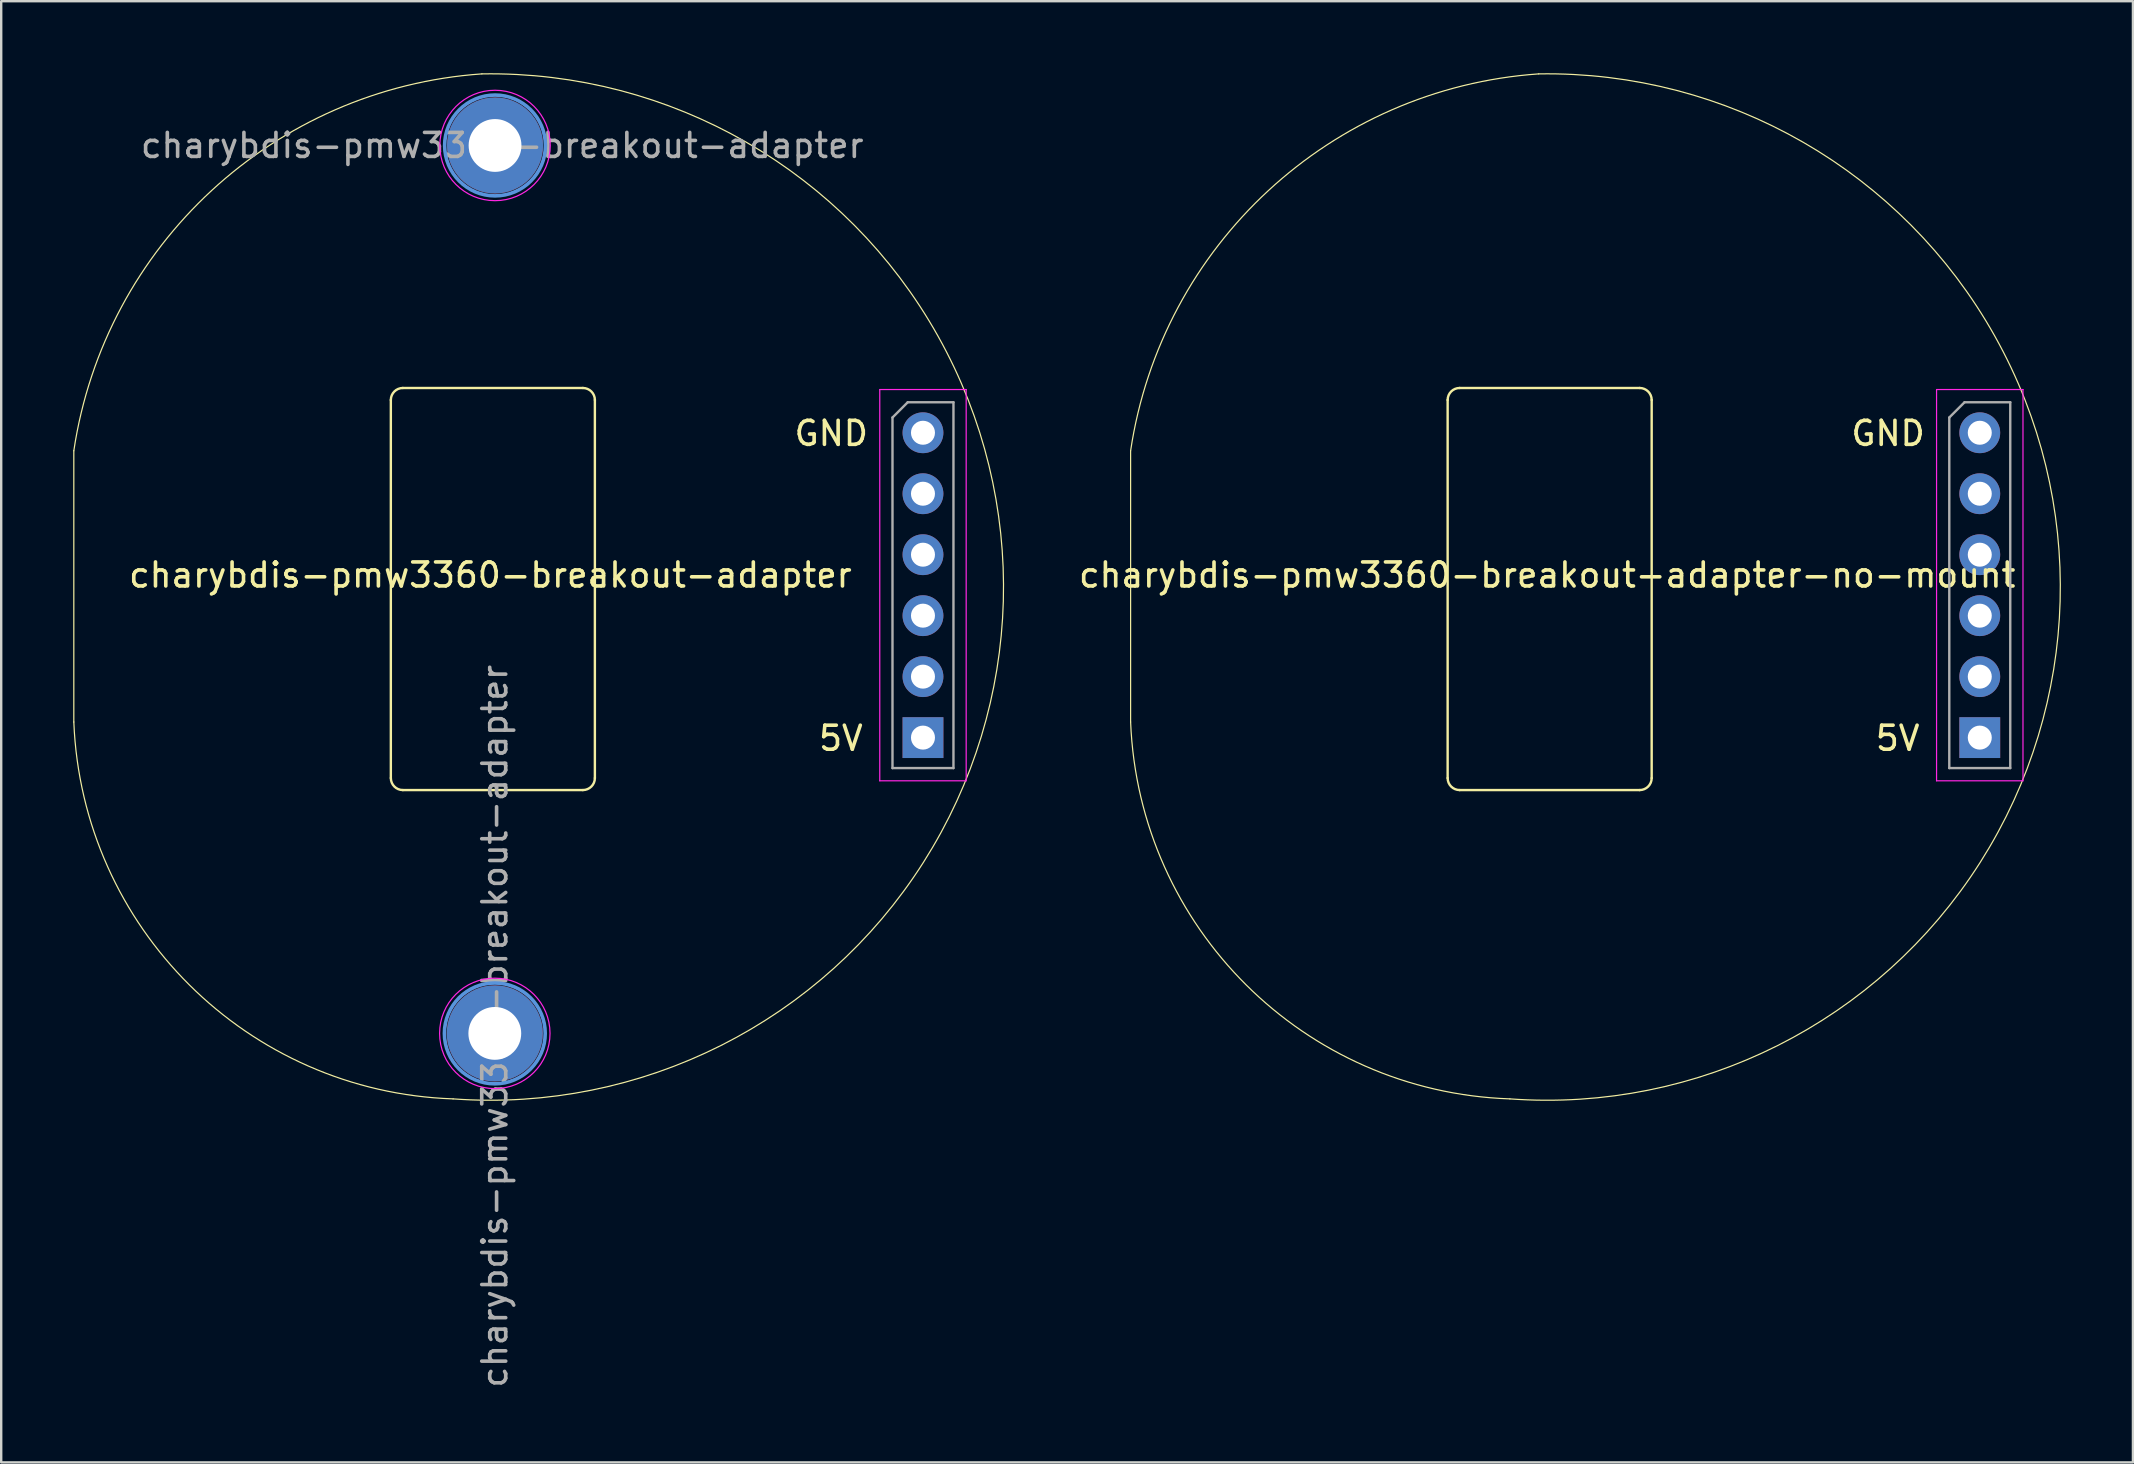
<source format=kicad_pcb>
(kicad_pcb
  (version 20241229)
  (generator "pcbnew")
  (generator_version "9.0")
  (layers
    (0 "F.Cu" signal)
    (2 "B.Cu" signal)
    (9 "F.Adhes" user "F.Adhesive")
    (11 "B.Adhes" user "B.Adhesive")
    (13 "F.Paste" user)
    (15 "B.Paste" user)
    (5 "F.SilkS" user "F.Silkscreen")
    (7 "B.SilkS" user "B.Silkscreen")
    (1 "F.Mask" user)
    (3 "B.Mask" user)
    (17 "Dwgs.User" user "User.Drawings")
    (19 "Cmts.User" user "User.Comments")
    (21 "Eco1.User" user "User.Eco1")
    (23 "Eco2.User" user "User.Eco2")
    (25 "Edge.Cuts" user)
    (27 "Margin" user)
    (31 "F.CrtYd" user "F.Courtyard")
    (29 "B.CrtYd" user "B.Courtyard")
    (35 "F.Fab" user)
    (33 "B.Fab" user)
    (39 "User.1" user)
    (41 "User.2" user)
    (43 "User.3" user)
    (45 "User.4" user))
  (footprint "charybdis-pmw3360-breakout-adapter-no-mount"
    (layer "F.Cu")
    (at 61.405 21.405)
    (property "Reference" "charybdis-pmw3360-breakout-adapter-no-mount" (at 0 -0.5 0) (unlocked yes) (layer "F.SilkS") (effects (font (size 1 1) (thickness 0.15))))
    (attr through_hole)
    (fp_line (start -17.355 5.623) (end -17.355 -5.677) (stroke (width 0.05) (type solid)) (layer "F.SilkS"))
    (fp_line (start -4.148 7.958) (end -4.148 -7.792) (stroke (width 0.1) (type solid)) (layer "F.SilkS"))
    (fp_line (start -3.648 -8.292) (end 3.852 -8.292) (stroke (width 0.1) (type solid)) (layer "F.SilkS"))
    (fp_line (start -3.648 8.458) (end 3.852 8.458) (stroke (width 0.1) (type solid)) (layer "F.SilkS"))
    (fp_line (start 4.352 -7.792) (end 4.352 7.958) (stroke (width 0.1) (type solid)) (layer "F.SilkS"))
    (fp_arc (start -17.35482 -5.676833) (mid -11.615392 -16.515987) (end -0.35482 -21.376832) (stroke (width 0.05) (type solid)) (layer "F.SilkS"))
    (fp_arc (start -4.148 -7.791999) (mid -4.001553 -8.145552) (end -3.648 -8.291999) (stroke (width 0.1) (type solid)) (layer "F.SilkS"))
    (fp_arc (start -3.648 8.458001) (mid -4.001553 8.311554) (end -4.148 7.958001) (stroke (width 0.1) (type solid)) (layer "F.SilkS"))
    (fp_arc (start -1.55482 21.323167) (mid -12.539107 16.577099) (end -17.354821 5.623167) (stroke (width 0.05) (type solid)) (layer "F.SilkS"))
    (fp_arc (start -0.35482 -21.376833) (mid 21.367172 0.600483) (end -1.55482 21.323166) (stroke (width 0.05) (type solid)) (layer "F.SilkS"))
    (fp_arc (start 3.852 -8.291999) (mid 4.205553 -8.145552) (end 4.352 -7.791999) (stroke (width 0.1) (type solid)) (layer "F.SilkS"))
    (fp_arc (start 4.352 7.958001) (mid 4.205553 8.311554) (end 3.852 8.458001) (stroke (width 0.1) (type solid)) (layer "F.SilkS"))
    (fp_line (start 16.22 -8.227) (end 16.22 8.073) (stroke (width 0.05) (type solid)) (layer "F.CrtYd"))
    (fp_line (start 16.22 8.073) (end 19.82 8.073) (stroke (width 0.05) (type solid)) (layer "F.CrtYd"))
    (fp_line (start 19.82 -8.227) (end 16.22 -8.227) (stroke (width 0.05) (type solid)) (layer "F.CrtYd"))
    (fp_line (start 19.82 8.073) (end 19.82 -8.227) (stroke (width 0.05) (type solid)) (layer "F.CrtYd"))
    (fp_line (start 16.75 -7.062) (end 17.385 -7.697) (stroke (width 0.1) (type solid)) (layer "F.Fab"))
    (fp_line (start 16.75 7.543) (end 16.75 -7.062) (stroke (width 0.1) (type solid)) (layer "F.Fab"))
    (fp_line (start 17.385 -7.697) (end 19.29 -7.697) (stroke (width 0.1) (type solid)) (layer "F.Fab"))
    (fp_line (start 19.29 -7.697) (end 19.29 7.543) (stroke (width 0.1) (type solid)) (layer "F.Fab"))
    (fp_line (start 19.29 7.543) (end 16.75 7.543) (stroke (width 0.1) (type solid)) (layer "F.Fab"))
    (fp_text user "GND" (at 14.2 -6.4 0) (unlocked yes) (layer "F.SilkS") (effects (font (size 1 1) (thickness 0.15))))
    (fp_text user "5V" (at 14.6 6.3 0) (unlocked yes) (layer "F.SilkS") (effects (font (size 1 1) (thickness 0.15))))
    (pad "1" thru_hole oval (at 18.02 -6.427) (size 1.7 1.7) (drill 1) (layers "*.Cu" "*.Mask"))
    (pad "2" thru_hole oval (at 18.02 -3.887) (size 1.7 1.7) (drill 1) (layers "*.Cu" "*.Mask"))
    (pad "3" thru_hole oval (at 18.02 -1.347) (size 1.7 1.7) (drill 1) (layers "*.Cu" "*.Mask"))
    (pad "4" thru_hole oval (at 18.02 1.193) (size 1.7 1.7) (drill 1) (layers "*.Cu" "*.Mask"))
    (pad "5" thru_hole oval (at 18.02 3.733) (size 1.7 1.7) (drill 1) (layers "*.Cu" "*.Mask"))
    (pad "6" thru_hole rect (at 18.02 6.273) (size 1.7 1.7) (drill 1) (layers "*.Cu" "*.Mask")))
  (footprint "charybdis-pmw3360-breakout-adapter"
    (layer "F.Cu")
    (at 17.38 21.405)
    (property "Reference" "charybdis-pmw3360-breakout-adapter" (at 0 -0.5 0) (unlocked yes) (layer "F.SilkS") (effects (font (size 1 1) (thickness 0.15))))
    (attr through_hole)
    (fp_line (start -17.355 5.623) (end -17.355 -5.677) (stroke (width 0.05) (type solid)) (layer "F.SilkS"))
    (fp_line (start -4.148 7.958) (end -4.148 -7.792) (stroke (width 0.1) (type solid)) (layer "F.SilkS"))
    (fp_line (start -3.648 -8.292) (end 3.852 -8.292) (stroke (width 0.1) (type solid)) (layer "F.SilkS"))
    (fp_line (start -3.648 8.458) (end 3.852 8.458) (stroke (width 0.1) (type solid)) (layer "F.SilkS"))
    (fp_line (start 4.352 -7.792) (end 4.352 7.958) (stroke (width 0.1) (type solid)) (layer "F.SilkS"))
    (fp_arc (start -17.35482 -5.676833) (mid -11.615392 -16.515987) (end -0.35482 -21.376832) (stroke (width 0.05) (type solid)) (layer "F.SilkS"))
    (fp_arc (start -4.148 -7.791999) (mid -4.001553 -8.145552) (end -3.648 -8.291999) (stroke (width 0.1) (type solid)) (layer "F.SilkS"))
    (fp_arc (start -3.648 8.458001) (mid -4.001553 8.311554) (end -4.148 7.958001) (stroke (width 0.1) (type solid)) (layer "F.SilkS"))
    (fp_arc (start -1.55482 21.323167) (mid -12.539107 16.577099) (end -17.354821 5.623167) (stroke (width 0.05) (type solid)) (layer "F.SilkS"))
    (fp_arc (start -0.35482 -21.376833) (mid 21.367172 0.600483) (end -1.55482 21.323166) (stroke (width 0.05) (type solid)) (layer "F.SilkS"))
    (fp_arc (start 3.852 -8.291999) (mid 4.205553 -8.145552) (end 4.352 -7.791999) (stroke (width 0.1) (type solid)) (layer "F.SilkS"))
    (fp_arc (start 4.352 7.958001) (mid 4.205553 8.311554) (end 3.852 8.458001) (stroke (width 0.1) (type solid)) (layer "F.SilkS"))
    (fp_circle (center 0.183 18.595) (end 2.283 18.595) (stroke (width 0.15) (type solid)) (fill no) (layer "Cmts.User"))
    (fp_circle (center 0.193 -18.395) (end 2.293 -18.395) (stroke (width 0.15) (type solid)) (fill no) (layer "Cmts.User"))
    (fp_line (start 16.22 -8.227) (end 16.22 8.073) (stroke (width 0.05) (type solid)) (layer "F.CrtYd"))
    (fp_line (start 16.22 8.073) (end 19.82 8.073) (stroke (width 0.05) (type solid)) (layer "F.CrtYd"))
    (fp_line (start 19.82 -8.227) (end 16.22 -8.227) (stroke (width 0.05) (type solid)) (layer "F.CrtYd"))
    (fp_line (start 19.82 8.073) (end 19.82 -8.227) (stroke (width 0.05) (type solid)) (layer "F.CrtYd"))
    (fp_circle (center 0.183 18.595) (end 2.483 18.595) (stroke (width 0.05) (type solid)) (fill no) (layer "F.CrtYd"))
    (fp_circle (center 0.193 -18.395) (end 2.493 -18.395) (stroke (width 0.05) (type solid)) (fill no) (layer "F.CrtYd"))
    (fp_line (start 16.75 -7.062) (end 17.385 -7.697) (stroke (width 0.1) (type solid)) (layer "F.Fab"))
    (fp_line (start 16.75 7.543) (end 16.75 -7.062) (stroke (width 0.1) (type solid)) (layer "F.Fab"))
    (fp_line (start 17.385 -7.697) (end 19.29 -7.697) (stroke (width 0.1) (type solid)) (layer "F.Fab"))
    (fp_line (start 19.29 -7.697) (end 19.29 7.543) (stroke (width 0.1) (type solid)) (layer "F.Fab"))
    (fp_line (start 19.29 7.543) (end 16.75 7.543) (stroke (width 0.1) (type solid)) (layer "F.Fab"))
    (fp_text user "GND" (at 14.2 -6.4 0) (unlocked yes) (layer "F.SilkS") (effects (font (size 1 1) (thickness 0.15))))
    (fp_text user "5V" (at 14.6 6.3 0) (unlocked yes) (layer "F.SilkS") (effects (font (size 1 1) (thickness 0.15))))
    (fp_text user "${REFERENCE}" (at 0.183 18.295 90) (layer "F.Fab") (effects (font (size 1 1) (thickness 0.15))))
    (fp_text user "${REFERENCE}" (at 0.493 -18.395 0) (layer "F.Fab") (effects (font (size 1 1) (thickness 0.15))))
    (pad "1" thru_hole circle (at 0.183 18.595 90) (size 4 4) (drill 2.2) (layers "*.Cu" "*.Mask"))
    (pad "1" thru_hole circle (at 0.193 -18.395) (size 4 4) (drill 2.2) (layers "*.Cu" "*.Mask"))
    (pad "1" thru_hole oval (at 18.02 -6.427) (size 1.7 1.7) (drill 1) (layers "*.Cu" "*.Mask"))
    (pad "2" thru_hole oval (at 18.02 -3.887) (size 1.7 1.7) (drill 1) (layers "*.Cu" "*.Mask"))
    (pad "3" thru_hole oval (at 18.02 -1.347) (size 1.7 1.7) (drill 1) (layers "*.Cu" "*.Mask"))
    (pad "4" thru_hole oval (at 18.02 1.193) (size 1.7 1.7) (drill 1) (layers "*.Cu" "*.Mask"))
    (pad "5" thru_hole oval (at 18.02 3.733) (size 1.7 1.7) (drill 1) (layers "*.Cu" "*.Mask"))
    (pad "6" thru_hole rect (at 18.02 6.273) (size 1.7 1.7) (drill 1) (layers "*.Cu" "*.Mask")))
  (gr_rect
    (start -3 -3)
    (end 85.806 57.872)
    (stroke (width 0.1) (type default))
    (fill no)
    (layer "Edge.Cuts")))
</source>
